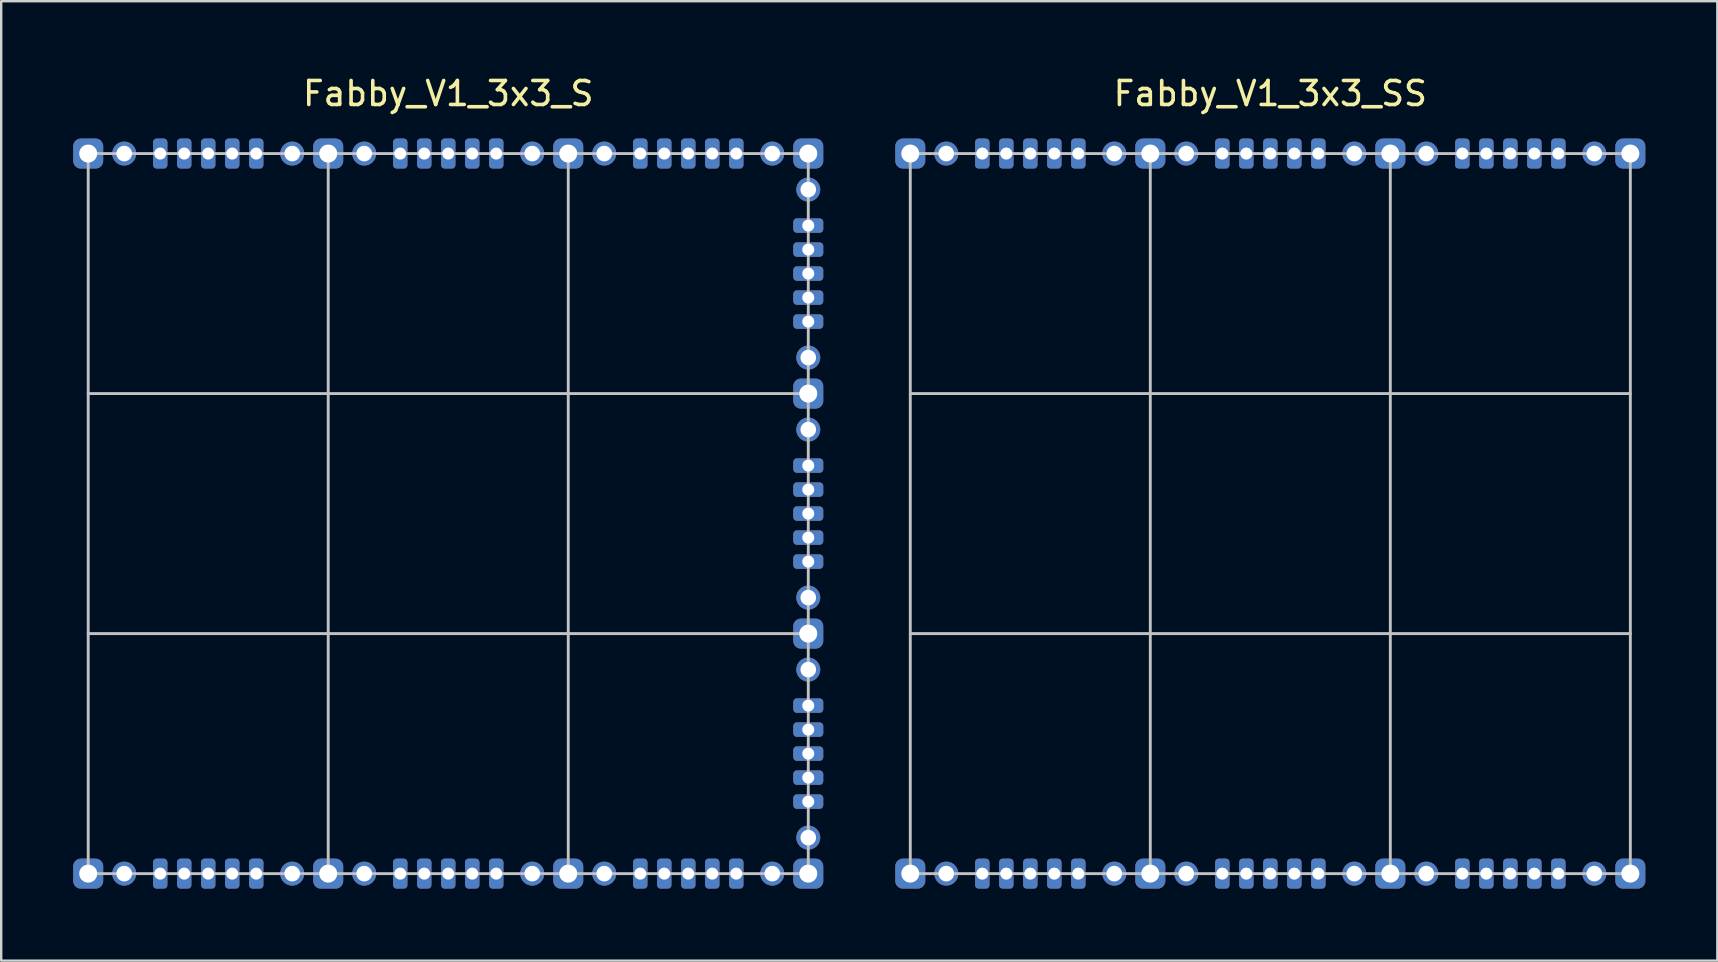
<source format=kicad_pcb>
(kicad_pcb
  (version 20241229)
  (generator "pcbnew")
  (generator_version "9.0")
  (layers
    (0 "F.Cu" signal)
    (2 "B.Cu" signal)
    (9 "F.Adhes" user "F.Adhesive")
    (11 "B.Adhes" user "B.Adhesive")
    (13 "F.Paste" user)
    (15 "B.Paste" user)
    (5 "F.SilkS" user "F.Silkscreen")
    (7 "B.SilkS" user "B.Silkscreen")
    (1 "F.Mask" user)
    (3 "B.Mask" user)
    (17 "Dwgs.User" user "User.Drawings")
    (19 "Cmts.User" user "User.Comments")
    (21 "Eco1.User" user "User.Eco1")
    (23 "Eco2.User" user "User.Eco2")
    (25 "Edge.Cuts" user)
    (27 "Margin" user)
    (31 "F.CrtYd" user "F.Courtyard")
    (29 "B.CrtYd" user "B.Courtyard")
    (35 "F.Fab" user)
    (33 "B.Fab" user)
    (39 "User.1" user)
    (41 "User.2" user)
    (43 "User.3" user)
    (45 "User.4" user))
  (footprint "Fabby_V1_3x3_S"
    (layer "F.Cu")
    (at 15.625 18.348)
    (property "Reference" "Fabby_V1_3x3_S" (at 0 -17.5 0) (layer "F.SilkS") (effects (font (size 1 1) (thickness 0.15))))
    (attr through_hole)
    (fp_line (start -15 -15) (end 15 -15) (stroke (width 0.12) (type solid)) (layer "Dwgs.User"))
    (fp_line (start -15 -5) (end 15 -5) (stroke (width 0.12) (type solid)) (layer "Dwgs.User"))
    (fp_line (start -15 5) (end 15 5) (stroke (width 0.12) (type solid)) (layer "Dwgs.User"))
    (fp_line (start -15 15) (end -15 -15) (stroke (width 0.12) (type solid)) (layer "Dwgs.User"))
    (fp_line (start -5 -15) (end -5 15) (stroke (width 0.12) (type solid)) (layer "Dwgs.User"))
    (fp_line (start 5 15) (end 5 -15) (stroke (width 0.12) (type solid)) (layer "Dwgs.User"))
    (fp_line (start 15 -15) (end 15 15) (stroke (width 0.12) (type solid)) (layer "Dwgs.User"))
    (fp_line (start 15 15) (end -15 15) (stroke (width 0.12) (type solid)) (layer "Dwgs.User"))
    (pad "1" thru_hole roundrect (at -15 -15) (size 1.25 1.25) (drill 0.75) (layers "*.Cu" "*.Mask") (roundrect_rratio 0.25))
    (pad "2" thru_hole circle (at -13.5 -15) (size 1 1) (drill 0.65) (layers "*.Cu" "*.Mask"))
    (pad "3" thru_hole circle (at -6.5 -15 270) (size 1 1) (drill 0.65) (layers "*.Cu" "*.Mask"))
    (pad "4" thru_hole roundrect (at -5 -15) (size 1.25 1.25) (drill 0.75) (layers "*.Cu" "*.Mask") (roundrect_rratio 0.25))
    (pad "5" thru_hole circle (at -3.5 -15) (size 1 1) (drill 0.65) (layers "*.Cu" "*.Mask"))
    (pad "6" thru_hole circle (at 3.5 -15 270) (size 1 1) (drill 0.65) (layers "*.Cu" "*.Mask"))
    (pad "7" thru_hole roundrect (at 5 -15) (size 1.25 1.25) (drill 0.75) (layers "*.Cu" "*.Mask") (roundrect_rratio 0.25))
    (pad "8" thru_hole circle (at 6.5 -15) (size 1 1) (drill 0.65) (layers "*.Cu" "*.Mask"))
    (pad "9" thru_hole circle (at 13.5 -15 270) (size 1 1) (drill 0.65) (layers "*.Cu" "*.Mask"))
    (pad "10" thru_hole roundrect (at 15 -15) (size 1.25 1.25) (drill 0.75) (layers "*.Cu" "*.Mask") (roundrect_rratio 0.25))
    (pad "11" thru_hole circle (at 15 -13.5 270) (size 1 1) (drill 0.65) (layers "*.Cu" "*.Mask"))
    (pad "12" thru_hole circle (at 15 -6.5 90) (size 1 1) (drill 0.65) (layers "*.Cu" "*.Mask"))
    (pad "13" thru_hole roundrect (at 15 -5) (size 1.25 1.25) (drill 0.75) (layers "*.Cu" "*.Mask") (roundrect_rratio 0.25))
    (pad "14" thru_hole circle (at 15 -3.5) (size 1 1) (drill 0.65) (layers "*.Cu" "*.Mask"))
    (pad "15" thru_hole circle (at 15 3.5 90) (size 1 1) (drill 0.65) (layers "*.Cu" "*.Mask"))
    (pad "16" thru_hole roundrect (at 15 5) (size 1.25 1.25) (drill 0.75) (layers "*.Cu" "*.Mask") (roundrect_rratio 0.25))
    (pad "17" thru_hole circle (at 15 6.5) (size 1 1) (drill 0.65) (layers "*.Cu" "*.Mask"))
    (pad "18" thru_hole circle (at 15 13.5 180) (size 1 1) (drill 0.65) (layers "*.Cu" "*.Mask"))
    (pad "19" thru_hole roundrect (at 15 15) (size 1.25 1.25) (drill 0.75) (layers "*.Cu" "*.Mask") (roundrect_rratio 0.25))
    (pad "20" thru_hole circle (at 13.5 15 180) (size 1 1) (drill 0.65) (layers "*.Cu" "*.Mask"))
    (pad "21" thru_hole circle (at 6.5 15) (size 1 1) (drill 0.65) (layers "*.Cu" "*.Mask"))
    (pad "22" thru_hole roundrect (at 5 15) (size 1.25 1.25) (drill 0.75) (layers "*.Cu" "*.Mask") (roundrect_rratio 0.25))
    (pad "23" thru_hole circle (at 3.5 15 270) (size 1 1) (drill 0.65) (layers "*.Cu" "*.Mask"))
    (pad "24" thru_hole circle (at -3.5 15) (size 1 1) (drill 0.65) (layers "*.Cu" "*.Mask"))
    (pad "25" thru_hole roundrect (at -5 15) (size 1.25 1.25) (drill 0.75) (layers "*.Cu" "*.Mask") (roundrect_rratio 0.25))
    (pad "26" thru_hole circle (at -6.5 15 270) (size 1 1) (drill 0.65) (layers "*.Cu" "*.Mask"))
    (pad "27" thru_hole circle (at -13.5 15 90) (size 1 1) (drill 0.65) (layers "*.Cu" "*.Mask"))
    (pad "28" thru_hole roundrect (at -15 15) (size 1.25 1.25) (drill 0.75) (layers "*.Cu" "*.Mask") (roundrect_rratio 0.25))
    (pad "37" thru_hole roundrect (at -12 -15 90) (size 1.25 0.6) (drill 0.5) (layers "*.Cu" "*.Mask") (roundrect_rratio 0.25))
    (pad "38" thru_hole roundrect (at -11 -15 90) (size 1.25 0.6) (drill 0.5) (layers "*.Cu" "*.Mask") (roundrect_rratio 0.25))
    (pad "39" thru_hole roundrect (at -10 -15 90) (size 1.25 0.6) (drill 0.5) (layers "*.Cu" "*.Mask") (roundrect_rratio 0.25))
    (pad "40" thru_hole roundrect (at -9 -15 90) (size 1.25 0.6) (drill 0.5) (layers "*.Cu" "*.Mask") (roundrect_rratio 0.25))
    (pad "41" thru_hole roundrect (at -8 -15 90) (size 1.25 0.6) (drill 0.5) (layers "*.Cu" "*.Mask") (roundrect_rratio 0.25))
    (pad "42" thru_hole roundrect (at -2 -15 90) (size 1.25 0.6) (drill 0.5) (layers "*.Cu" "*.Mask") (roundrect_rratio 0.25))
    (pad "43" thru_hole roundrect (at -1 -15 90) (size 1.25 0.6) (drill 0.5) (layers "*.Cu" "*.Mask") (roundrect_rratio 0.25))
    (pad "44" thru_hole roundrect (at 0 -15 90) (size 1.25 0.6) (drill 0.5) (layers "*.Cu" "*.Mask") (roundrect_rratio 0.25))
    (pad "45" thru_hole roundrect (at 1 -15 90) (size 1.25 0.6) (drill 0.5) (layers "*.Cu" "*.Mask") (roundrect_rratio 0.25))
    (pad "46" thru_hole roundrect (at 2 -15 90) (size 1.25 0.6) (drill 0.5) (layers "*.Cu" "*.Mask") (roundrect_rratio 0.25))
    (pad "47" thru_hole roundrect (at 8 -15 90) (size 1.25 0.6) (drill 0.5) (layers "*.Cu" "*.Mask") (roundrect_rratio 0.25))
    (pad "48" thru_hole roundrect (at 9 -15 90) (size 1.25 0.6) (drill 0.5) (layers "*.Cu" "*.Mask") (roundrect_rratio 0.25))
    (pad "49" thru_hole roundrect (at 10 -15 90) (size 1.25 0.6) (drill 0.5) (layers "*.Cu" "*.Mask") (roundrect_rratio 0.25))
    (pad "50" thru_hole roundrect (at 11 -15 90) (size 1.25 0.6) (drill 0.5) (layers "*.Cu" "*.Mask") (roundrect_rratio 0.25))
    (pad "51" thru_hole roundrect (at 12 -15 90) (size 1.25 0.6) (drill 0.5) (layers "*.Cu" "*.Mask") (roundrect_rratio 0.25))
    (pad "52" thru_hole roundrect (at -12 15 90) (size 1.25 0.6) (drill 0.5) (layers "*.Cu" "*.Mask") (roundrect_rratio 0.25))
    (pad "53" thru_hole roundrect (at -11 15 90) (size 1.25 0.6) (drill 0.5) (layers "*.Cu" "*.Mask") (roundrect_rratio 0.25))
    (pad "54" thru_hole roundrect (at -10 15 90) (size 1.25 0.6) (drill 0.5) (layers "*.Cu" "*.Mask") (roundrect_rratio 0.25))
    (pad "55" thru_hole roundrect (at -9 15 90) (size 1.25 0.6) (drill 0.5) (layers "*.Cu" "*.Mask") (roundrect_rratio 0.25))
    (pad "56" thru_hole roundrect (at -8 15 90) (size 1.25 0.6) (drill 0.5) (layers "*.Cu" "*.Mask") (roundrect_rratio 0.25))
    (pad "57" thru_hole roundrect (at -2 15 90) (size 1.25 0.6) (drill 0.5) (layers "*.Cu" "*.Mask") (roundrect_rratio 0.25))
    (pad "58" thru_hole roundrect (at -1 15 90) (size 1.25 0.6) (drill 0.5) (layers "*.Cu" "*.Mask") (roundrect_rratio 0.25))
    (pad "59" thru_hole roundrect (at 0 15 90) (size 1.25 0.6) (drill 0.5) (layers "*.Cu" "*.Mask") (roundrect_rratio 0.25))
    (pad "60" thru_hole roundrect (at 1 15 90) (size 1.25 0.6) (drill 0.5) (layers "*.Cu" "*.Mask") (roundrect_rratio 0.25))
    (pad "61" thru_hole roundrect (at 2 15 90) (size 1.25 0.6) (drill 0.5) (layers "*.Cu" "*.Mask") (roundrect_rratio 0.25))
    (pad "62" thru_hole roundrect (at 8 15 90) (size 1.25 0.6) (drill 0.5) (layers "*.Cu" "*.Mask") (roundrect_rratio 0.25))
    (pad "63" thru_hole roundrect (at 9 15 90) (size 1.25 0.6) (drill 0.5) (layers "*.Cu" "*.Mask") (roundrect_rratio 0.25))
    (pad "64" thru_hole roundrect (at 10 15 90) (size 1.25 0.6) (drill 0.5) (layers "*.Cu" "*.Mask") (roundrect_rratio 0.25))
    (pad "65" thru_hole roundrect (at 11 15 90) (size 1.25 0.6) (drill 0.5) (layers "*.Cu" "*.Mask") (roundrect_rratio 0.25))
    (pad "66" thru_hole roundrect (at 12 15 90) (size 1.25 0.6) (drill 0.5) (layers "*.Cu" "*.Mask") (roundrect_rratio 0.25))
    (pad "82" thru_hole roundrect (at 15 -12) (size 1.25 0.6) (drill 0.5) (layers "*.Cu" "*.Mask") (roundrect_rratio 0.25))
    (pad "83" thru_hole roundrect (at 15 -11) (size 1.25 0.6) (drill 0.5) (layers "*.Cu" "*.Mask") (roundrect_rratio 0.25))
    (pad "84" thru_hole roundrect (at 15 -10) (size 1.25 0.6) (drill 0.5) (layers "*.Cu" "*.Mask") (roundrect_rratio 0.25))
    (pad "85" thru_hole roundrect (at 15 -9) (size 1.25 0.6) (drill 0.5) (layers "*.Cu" "*.Mask") (roundrect_rratio 0.25))
    (pad "86" thru_hole roundrect (at 15 -8) (size 1.25 0.6) (drill 0.5) (layers "*.Cu" "*.Mask") (roundrect_rratio 0.25))
    (pad "87" thru_hole roundrect (at 15 -2) (size 1.25 0.6) (drill 0.5) (layers "*.Cu" "*.Mask") (roundrect_rratio 0.25))
    (pad "88" thru_hole roundrect (at 15 -1) (size 1.25 0.6) (drill 0.5) (layers "*.Cu" "*.Mask") (roundrect_rratio 0.25))
    (pad "89" thru_hole roundrect (at 15 0) (size 1.25 0.6) (drill 0.5) (layers "*.Cu" "*.Mask") (roundrect_rratio 0.25))
    (pad "90" thru_hole roundrect (at 15 1) (size 1.25 0.6) (drill 0.5) (layers "*.Cu" "*.Mask") (roundrect_rratio 0.25))
    (pad "91" thru_hole roundrect (at 15 2) (size 1.25 0.6) (drill 0.5) (layers "*.Cu" "*.Mask") (roundrect_rratio 0.25))
    (pad "92" thru_hole roundrect (at 15 8) (size 1.25 0.6) (drill 0.5) (layers "*.Cu" "*.Mask") (roundrect_rratio 0.25))
    (pad "93" thru_hole roundrect (at 15 9) (size 1.25 0.6) (drill 0.5) (layers "*.Cu" "*.Mask") (roundrect_rratio 0.25))
    (pad "94" thru_hole roundrect (at 15 10) (size 1.25 0.6) (drill 0.5) (layers "*.Cu" "*.Mask") (roundrect_rratio 0.25))
    (pad "95" thru_hole roundrect (at 15 11) (size 1.25 0.6) (drill 0.5) (layers "*.Cu" "*.Mask") (roundrect_rratio 0.25))
    (pad "96" thru_hole roundrect (at 15 12) (size 1.25 0.6) (drill 0.5) (layers "*.Cu" "*.Mask") (roundrect_rratio 0.25)))
  (footprint "Fabby_V1_3x3_SS"
    (layer "F.Cu")
    (at 49.875 18.348)
    (property "Reference" "Fabby_V1_3x3_SS" (at 0 -17.5 0) (layer "F.SilkS") (effects (font (size 1 1) (thickness 0.15))))
    (attr through_hole)
    (fp_line (start -15 -15) (end 15 -15) (stroke (width 0.12) (type solid)) (layer "Dwgs.User"))
    (fp_line (start -15 -5) (end 15 -5) (stroke (width 0.12) (type solid)) (layer "Dwgs.User"))
    (fp_line (start -15 5) (end 15 5) (stroke (width 0.12) (type solid)) (layer "Dwgs.User"))
    (fp_line (start -15 15) (end -15 -15) (stroke (width 0.12) (type solid)) (layer "Dwgs.User"))
    (fp_line (start -5 -15) (end -5 15) (stroke (width 0.12) (type solid)) (layer "Dwgs.User"))
    (fp_line (start 5 15) (end 5 -15) (stroke (width 0.12) (type solid)) (layer "Dwgs.User"))
    (fp_line (start 15 -15) (end 15 15) (stroke (width 0.12) (type solid)) (layer "Dwgs.User"))
    (fp_line (start 15 15) (end -15 15) (stroke (width 0.12) (type solid)) (layer "Dwgs.User"))
    (pad "1" thru_hole roundrect (at -15 -15) (size 1.25 1.25) (drill 0.75) (layers "*.Cu" "*.Mask") (roundrect_rratio 0.25))
    (pad "2" thru_hole circle (at -13.5 -15) (size 1 1) (drill 0.65) (layers "*.Cu" "*.Mask"))
    (pad "3" thru_hole circle (at -6.5 -15 270) (size 1 1) (drill 0.65) (layers "*.Cu" "*.Mask"))
    (pad "4" thru_hole roundrect (at -5 -15) (size 1.25 1.25) (drill 0.75) (layers "*.Cu" "*.Mask") (roundrect_rratio 0.25))
    (pad "5" thru_hole circle (at -3.5 -15) (size 1 1) (drill 0.65) (layers "*.Cu" "*.Mask"))
    (pad "6" thru_hole circle (at 3.5 -15 270) (size 1 1) (drill 0.65) (layers "*.Cu" "*.Mask"))
    (pad "7" thru_hole roundrect (at 5 -15) (size 1.25 1.25) (drill 0.75) (layers "*.Cu" "*.Mask") (roundrect_rratio 0.25))
    (pad "8" thru_hole circle (at 6.5 -15) (size 1 1) (drill 0.65) (layers "*.Cu" "*.Mask"))
    (pad "9" thru_hole circle (at 13.5 -15 270) (size 1 1) (drill 0.65) (layers "*.Cu" "*.Mask"))
    (pad "10" thru_hole roundrect (at 15 -15) (size 1.25 1.25) (drill 0.75) (layers "*.Cu" "*.Mask") (roundrect_rratio 0.25))
    (pad "19" thru_hole roundrect (at 15 15) (size 1.25 1.25) (drill 0.75) (layers "*.Cu" "*.Mask") (roundrect_rratio 0.25))
    (pad "20" thru_hole circle (at 13.5 15 180) (size 1 1) (drill 0.65) (layers "*.Cu" "*.Mask"))
    (pad "21" thru_hole circle (at 6.5 15) (size 1 1) (drill 0.65) (layers "*.Cu" "*.Mask"))
    (pad "22" thru_hole roundrect (at 5 15) (size 1.25 1.25) (drill 0.75) (layers "*.Cu" "*.Mask") (roundrect_rratio 0.25))
    (pad "23" thru_hole circle (at 3.5 15 270) (size 1 1) (drill 0.65) (layers "*.Cu" "*.Mask"))
    (pad "24" thru_hole circle (at -3.5 15) (size 1 1) (drill 0.65) (layers "*.Cu" "*.Mask"))
    (pad "25" thru_hole roundrect (at -5 15) (size 1.25 1.25) (drill 0.75) (layers "*.Cu" "*.Mask") (roundrect_rratio 0.25))
    (pad "26" thru_hole circle (at -6.5 15 270) (size 1 1) (drill 0.65) (layers "*.Cu" "*.Mask"))
    (pad "27" thru_hole circle (at -13.5 15 90) (size 1 1) (drill 0.65) (layers "*.Cu" "*.Mask"))
    (pad "28" thru_hole roundrect (at -15 15) (size 1.25 1.25) (drill 0.75) (layers "*.Cu" "*.Mask") (roundrect_rratio 0.25))
    (pad "37" thru_hole roundrect (at -12 -15 90) (size 1.25 0.6) (drill 0.5) (layers "*.Cu" "*.Mask") (roundrect_rratio 0.25))
    (pad "38" thru_hole roundrect (at -11 -15 90) (size 1.25 0.6) (drill 0.5) (layers "*.Cu" "*.Mask") (roundrect_rratio 0.25))
    (pad "39" thru_hole roundrect (at -10 -15 90) (size 1.25 0.6) (drill 0.5) (layers "*.Cu" "*.Mask") (roundrect_rratio 0.25))
    (pad "40" thru_hole roundrect (at -9 -15 90) (size 1.25 0.6) (drill 0.5) (layers "*.Cu" "*.Mask") (roundrect_rratio 0.25))
    (pad "41" thru_hole roundrect (at -8 -15 90) (size 1.25 0.6) (drill 0.5) (layers "*.Cu" "*.Mask") (roundrect_rratio 0.25))
    (pad "42" thru_hole roundrect (at -2 -15 90) (size 1.25 0.6) (drill 0.5) (layers "*.Cu" "*.Mask") (roundrect_rratio 0.25))
    (pad "43" thru_hole roundrect (at -1 -15 90) (size 1.25 0.6) (drill 0.5) (layers "*.Cu" "*.Mask") (roundrect_rratio 0.25))
    (pad "44" thru_hole roundrect (at 0 -15 90) (size 1.25 0.6) (drill 0.5) (layers "*.Cu" "*.Mask") (roundrect_rratio 0.25))
    (pad "45" thru_hole roundrect (at 1 -15 90) (size 1.25 0.6) (drill 0.5) (layers "*.Cu" "*.Mask") (roundrect_rratio 0.25))
    (pad "46" thru_hole roundrect (at 2 -15 90) (size 1.25 0.6) (drill 0.5) (layers "*.Cu" "*.Mask") (roundrect_rratio 0.25))
    (pad "47" thru_hole roundrect (at 8 -15 90) (size 1.25 0.6) (drill 0.5) (layers "*.Cu" "*.Mask") (roundrect_rratio 0.25))
    (pad "48" thru_hole roundrect (at 9 -15 90) (size 1.25 0.6) (drill 0.5) (layers "*.Cu" "*.Mask") (roundrect_rratio 0.25))
    (pad "49" thru_hole roundrect (at 10 -15 90) (size 1.25 0.6) (drill 0.5) (layers "*.Cu" "*.Mask") (roundrect_rratio 0.25))
    (pad "50" thru_hole roundrect (at 11 -15 90) (size 1.25 0.6) (drill 0.5) (layers "*.Cu" "*.Mask") (roundrect_rratio 0.25))
    (pad "51" thru_hole roundrect (at 12 -15 90) (size 1.25 0.6) (drill 0.5) (layers "*.Cu" "*.Mask") (roundrect_rratio 0.25))
    (pad "52" thru_hole roundrect (at -12 15 90) (size 1.25 0.6) (drill 0.5) (layers "*.Cu" "*.Mask") (roundrect_rratio 0.25))
    (pad "53" thru_hole roundrect (at -11 15 90) (size 1.25 0.6) (drill 0.5) (layers "*.Cu" "*.Mask") (roundrect_rratio 0.25))
    (pad "54" thru_hole roundrect (at -10 15 90) (size 1.25 0.6) (drill 0.5) (layers "*.Cu" "*.Mask") (roundrect_rratio 0.25))
    (pad "55" thru_hole roundrect (at -9 15 90) (size 1.25 0.6) (drill 0.5) (layers "*.Cu" "*.Mask") (roundrect_rratio 0.25))
    (pad "56" thru_hole roundrect (at -8 15 90) (size 1.25 0.6) (drill 0.5) (layers "*.Cu" "*.Mask") (roundrect_rratio 0.25))
    (pad "57" thru_hole roundrect (at -2 15 90) (size 1.25 0.6) (drill 0.5) (layers "*.Cu" "*.Mask") (roundrect_rratio 0.25))
    (pad "58" thru_hole roundrect (at -1 15 90) (size 1.25 0.6) (drill 0.5) (layers "*.Cu" "*.Mask") (roundrect_rratio 0.25))
    (pad "59" thru_hole roundrect (at 0 15 90) (size 1.25 0.6) (drill 0.5) (layers "*.Cu" "*.Mask") (roundrect_rratio 0.25))
    (pad "60" thru_hole roundrect (at 1 15 90) (size 1.25 0.6) (drill 0.5) (layers "*.Cu" "*.Mask") (roundrect_rratio 0.25))
    (pad "61" thru_hole roundrect (at 2 15 90) (size 1.25 0.6) (drill 0.5) (layers "*.Cu" "*.Mask") (roundrect_rratio 0.25))
    (pad "62" thru_hole roundrect (at 8 15 90) (size 1.25 0.6) (drill 0.5) (layers "*.Cu" "*.Mask") (roundrect_rratio 0.25))
    (pad "63" thru_hole roundrect (at 9 15 90) (size 1.25 0.6) (drill 0.5) (layers "*.Cu" "*.Mask") (roundrect_rratio 0.25))
    (pad "64" thru_hole roundrect (at 10 15 90) (size 1.25 0.6) (drill 0.5) (layers "*.Cu" "*.Mask") (roundrect_rratio 0.25))
    (pad "65" thru_hole roundrect (at 11 15 90) (size 1.25 0.6) (drill 0.5) (layers "*.Cu" "*.Mask") (roundrect_rratio 0.25))
    (pad "66" thru_hole roundrect (at 12 15 90) (size 1.25 0.6) (drill 0.5) (layers "*.Cu" "*.Mask") (roundrect_rratio 0.25)))
  (gr_rect
    (start -3 -3)
    (end 68.5 36.973)
    (stroke (width 0.1) (type default))
    (fill no)
    (layer "Edge.Cuts")))
</source>
